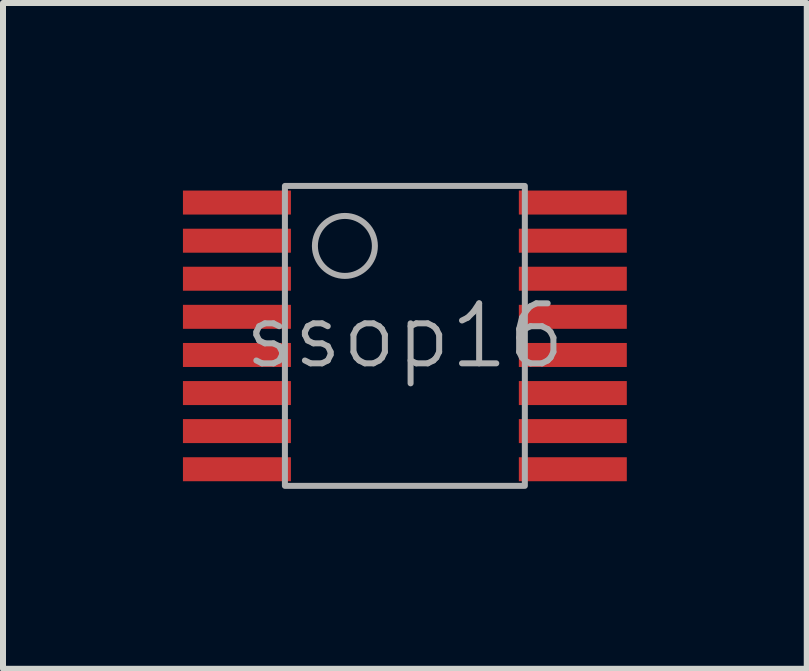
<source format=kicad_pcb>
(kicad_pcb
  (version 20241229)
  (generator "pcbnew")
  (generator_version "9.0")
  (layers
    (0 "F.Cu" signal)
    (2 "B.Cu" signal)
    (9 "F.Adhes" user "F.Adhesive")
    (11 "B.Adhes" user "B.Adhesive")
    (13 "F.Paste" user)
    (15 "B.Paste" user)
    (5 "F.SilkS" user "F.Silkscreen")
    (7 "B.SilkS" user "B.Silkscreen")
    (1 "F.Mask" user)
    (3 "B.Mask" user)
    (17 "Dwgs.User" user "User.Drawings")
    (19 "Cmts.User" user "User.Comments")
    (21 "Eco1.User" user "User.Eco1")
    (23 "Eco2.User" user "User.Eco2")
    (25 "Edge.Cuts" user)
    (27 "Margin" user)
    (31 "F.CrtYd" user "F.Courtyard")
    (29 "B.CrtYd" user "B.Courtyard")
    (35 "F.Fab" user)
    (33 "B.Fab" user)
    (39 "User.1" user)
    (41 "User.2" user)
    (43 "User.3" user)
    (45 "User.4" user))
  (footprint "ssop16"
    (layer "F.Cu")
    (at 3.7 2.55)
    (property "Reference" "ssop16" (at 0 0 0) (unlocked yes) (layer "F.Fab") (effects (font (size 1 1) (thickness 0.1))))
    (attr smd)
    (fp_rect (start -2 2.5) (end 2 -2.5) (stroke (width 0.1) (type default)) (fill no) (layer "F.Fab"))
    (fp_circle (center -1 -1.5) (end -0.5 -1.5) (stroke (width 0.1) (type default)) (fill no) (layer "F.Fab"))
    (pad "1" smd rect (at -2.8 -2.223) (size 1.8 0.4) (layers "F.Cu" "F.Mask" "F.Paste"))
    (pad "2" smd rect (at -2.8 -1.587) (size 1.8 0.4) (layers "F.Cu" "F.Mask" "F.Paste"))
    (pad "3" smd rect (at -2.8 -0.953) (size 1.8 0.4) (layers "F.Cu" "F.Mask" "F.Paste"))
    (pad "4" smd rect (at -2.8 -0.318) (size 1.8 0.4) (layers "F.Cu" "F.Mask" "F.Paste"))
    (pad "5" smd rect (at -2.8 0.318) (size 1.8 0.4) (layers "F.Cu" "F.Mask" "F.Paste"))
    (pad "6" smd rect (at -2.8 0.953) (size 1.8 0.4) (layers "F.Cu" "F.Mask" "F.Paste"))
    (pad "7" smd rect (at -2.8 1.587) (size 1.8 0.4) (layers "F.Cu" "F.Mask" "F.Paste"))
    (pad "8" smd rect (at -2.8 2.223) (size 1.8 0.4) (layers "F.Cu" "F.Mask" "F.Paste"))
    (pad "9" smd rect (at 2.8 2.223) (size 1.8 0.4) (layers "F.Cu" "F.Mask" "F.Paste"))
    (pad "10" smd rect (at 2.8 1.587) (size 1.8 0.4) (layers "F.Cu" "F.Mask" "F.Paste"))
    (pad "11" smd rect (at 2.8 0.953) (size 1.8 0.4) (layers "F.Cu" "F.Mask" "F.Paste"))
    (pad "12" smd rect (at 2.8 0.318) (size 1.8 0.4) (layers "F.Cu" "F.Mask" "F.Paste"))
    (pad "13" smd rect (at 2.8 -0.318) (size 1.8 0.4) (layers "F.Cu" "F.Mask" "F.Paste"))
    (pad "14" smd rect (at 2.8 -0.953) (size 1.8 0.4) (layers "F.Cu" "F.Mask" "F.Paste"))
    (pad "15" smd rect (at 2.8 -1.587) (size 1.8 0.4) (layers "F.Cu" "F.Mask" "F.Paste"))
    (pad "16" smd rect (at 2.8 -2.223) (size 1.8 0.4) (layers "F.Cu" "F.Mask" "F.Paste")))
  (gr_rect
    (start -3 -3)
    (end 10.4 8.1)
    (stroke (width 0.1) (type default))
    (fill no)
    (layer "Edge.Cuts")))
</source>
